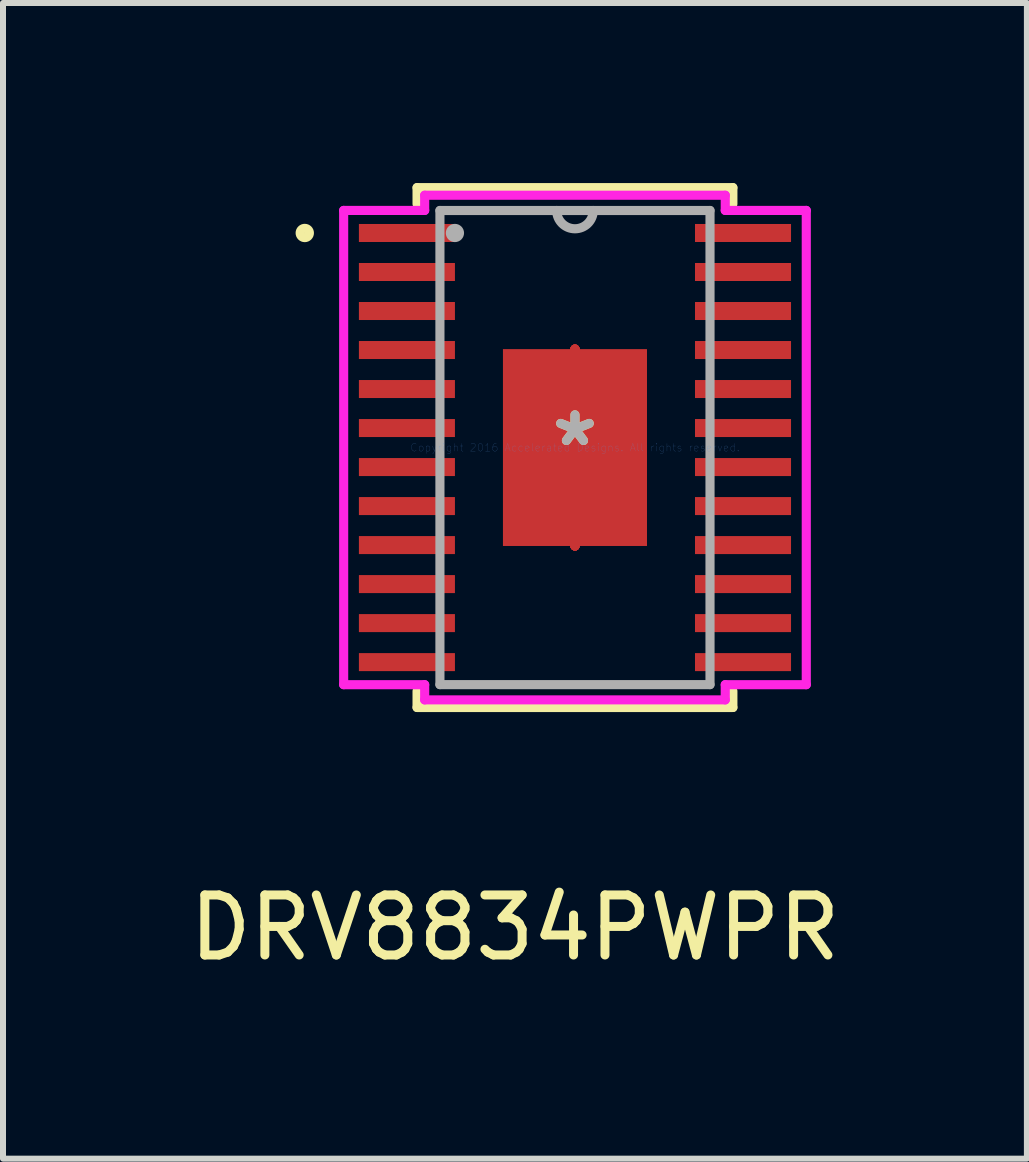
<source format=kicad_pcb>
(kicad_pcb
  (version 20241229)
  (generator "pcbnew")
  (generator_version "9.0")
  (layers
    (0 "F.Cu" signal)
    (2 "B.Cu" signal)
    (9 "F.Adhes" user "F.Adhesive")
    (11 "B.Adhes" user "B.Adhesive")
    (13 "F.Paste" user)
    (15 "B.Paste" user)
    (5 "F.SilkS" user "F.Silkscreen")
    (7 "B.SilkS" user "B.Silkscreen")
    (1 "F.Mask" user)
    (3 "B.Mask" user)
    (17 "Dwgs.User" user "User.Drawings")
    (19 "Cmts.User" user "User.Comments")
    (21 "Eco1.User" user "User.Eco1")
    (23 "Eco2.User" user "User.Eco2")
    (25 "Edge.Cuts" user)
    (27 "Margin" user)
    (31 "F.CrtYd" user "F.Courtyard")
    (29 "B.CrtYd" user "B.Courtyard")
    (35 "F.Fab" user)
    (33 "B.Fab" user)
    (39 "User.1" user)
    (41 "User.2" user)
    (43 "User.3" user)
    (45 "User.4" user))
  (footprint "DRV8834PWPR"
    (layer "F.Cu")
    (at 6.53 4.407)
    (property "Reference" "DRV8834PWPR" (at -1 8 0) (layer "F.SilkS") (effects (font (size 1 1) (thickness 0.15))))
    (attr through_hole)
    (fp_line (start 0 -1.64) (end 0 -1.64) (stroke (width 0.152) (type solid)) (layer "F.Cu"))
    (fp_line (start 0 -1.64) (end 0 -1.64) (stroke (width 0.152) (type solid)) (layer "F.Cu"))
    (fp_line (start 0 -1.64) (end 0 -1.64) (stroke (width 0.152) (type solid)) (layer "F.Cu"))
    (fp_line (start 0 -1.64) (end 0 -1.64) (stroke (width 0.152) (type solid)) (layer "F.Cu"))
    (fp_line (start 0 -1.64) (end 0 -1.64) (stroke (width 0.152) (type solid)) (layer "F.Cu"))
    (fp_line (start 0 -1.64) (end 0 -1.64) (stroke (width 0.152) (type solid)) (layer "F.Cu"))
    (fp_line (start 0 -1.64) (end 0 -1.64) (stroke (width 0.152) (type solid)) (layer "F.Cu"))
    (fp_line (start 0 -1.64) (end 0 -1.64) (stroke (width 0.152) (type solid)) (layer "F.Cu"))
    (fp_line (start 0 1.64) (end 0 1.64) (stroke (width 0.152) (type solid)) (layer "F.Cu"))
    (fp_line (start 0 1.64) (end 0 1.64) (stroke (width 0.152) (type solid)) (layer "F.Cu"))
    (fp_line (start 0 1.64) (end 0 1.64) (stroke (width 0.152) (type solid)) (layer "F.Cu"))
    (fp_line (start 0 1.64) (end 0 1.64) (stroke (width 0.152) (type solid)) (layer "F.Cu"))
    (fp_line (start 0 1.64) (end 0 1.64) (stroke (width 0.152) (type solid)) (layer "F.Cu"))
    (fp_line (start 0 1.64) (end 0 1.64) (stroke (width 0.152) (type solid)) (layer "F.Cu"))
    (fp_line (start 0 1.64) (end 0 1.64) (stroke (width 0.152) (type solid)) (layer "F.Cu"))
    (fp_line (start 0 1.64) (end 0 1.64) (stroke (width 0.152) (type solid)) (layer "F.Cu"))
    (fp_line (start -3.6 -3.725) (end -3.6 -3.425) (stroke (width 0.152) (type solid)) (layer "F.Mask"))
    (fp_line (start -3.6 -3.425) (end -2 -3.425) (stroke (width 0.152) (type solid)) (layer "F.Mask"))
    (fp_line (start -3.6 -3.075) (end -3.6 -2.775) (stroke (width 0.152) (type solid)) (layer "F.Mask"))
    (fp_line (start -3.6 -2.775) (end -2 -2.775) (stroke (width 0.152) (type solid)) (layer "F.Mask"))
    (fp_line (start -3.6 -2.425) (end -3.6 -2.125) (stroke (width 0.152) (type solid)) (layer "F.Mask"))
    (fp_line (start -3.6 -2.125) (end -2 -2.125) (stroke (width 0.152) (type solid)) (layer "F.Mask"))
    (fp_line (start -3.6 -1.775) (end -3.6 -1.475) (stroke (width 0.152) (type solid)) (layer "F.Mask"))
    (fp_line (start -3.6 -1.475) (end -2 -1.475) (stroke (width 0.152) (type solid)) (layer "F.Mask"))
    (fp_line (start -3.6 -1.125) (end -3.6 -0.825) (stroke (width 0.152) (type solid)) (layer "F.Mask"))
    (fp_line (start -3.6 -0.825) (end -2 -0.825) (stroke (width 0.152) (type solid)) (layer "F.Mask"))
    (fp_line (start -3.6 -0.475) (end -3.6 -0.175) (stroke (width 0.152) (type solid)) (layer "F.Mask"))
    (fp_line (start -3.6 -0.175) (end -2 -0.175) (stroke (width 0.152) (type solid)) (layer "F.Mask"))
    (fp_line (start -3.6 0.175) (end -3.6 0.475) (stroke (width 0.152) (type solid)) (layer "F.Mask"))
    (fp_line (start -3.6 0.475) (end -2 0.475) (stroke (width 0.152) (type solid)) (layer "F.Mask"))
    (fp_line (start -3.6 0.825) (end -3.6 1.125) (stroke (width 0.152) (type solid)) (layer "F.Mask"))
    (fp_line (start -3.6 1.125) (end -2 1.125) (stroke (width 0.152) (type solid)) (layer "F.Mask"))
    (fp_line (start -3.6 1.475) (end -3.6 1.775) (stroke (width 0.152) (type solid)) (layer "F.Mask"))
    (fp_line (start -3.6 1.775) (end -2 1.775) (stroke (width 0.152) (type solid)) (layer "F.Mask"))
    (fp_line (start -3.6 2.125) (end -3.6 2.425) (stroke (width 0.152) (type solid)) (layer "F.Mask"))
    (fp_line (start -3.6 2.425) (end -2 2.425) (stroke (width 0.152) (type solid)) (layer "F.Mask"))
    (fp_line (start -3.6 2.775) (end -3.6 3.075) (stroke (width 0.152) (type solid)) (layer "F.Mask"))
    (fp_line (start -3.6 3.075) (end -2 3.075) (stroke (width 0.152) (type solid)) (layer "F.Mask"))
    (fp_line (start -3.6 3.425) (end -3.6 3.725) (stroke (width 0.152) (type solid)) (layer "F.Mask"))
    (fp_line (start -3.6 3.725) (end -2 3.725) (stroke (width 0.152) (type solid)) (layer "F.Mask"))
    (fp_line (start -2 -3.725) (end -3.6 -3.725) (stroke (width 0.152) (type solid)) (layer "F.Mask"))
    (fp_line (start -2 -3.425) (end -2 -3.725) (stroke (width 0.152) (type solid)) (layer "F.Mask"))
    (fp_line (start -2 -3.075) (end -3.6 -3.075) (stroke (width 0.152) (type solid)) (layer "F.Mask"))
    (fp_line (start -2 -2.775) (end -2 -3.075) (stroke (width 0.152) (type solid)) (layer "F.Mask"))
    (fp_line (start -2 -2.425) (end -3.6 -2.425) (stroke (width 0.152) (type solid)) (layer "F.Mask"))
    (fp_line (start -2 -2.125) (end -2 -2.425) (stroke (width 0.152) (type solid)) (layer "F.Mask"))
    (fp_line (start -2 -1.775) (end -3.6 -1.775) (stroke (width 0.152) (type solid)) (layer "F.Mask"))
    (fp_line (start -2 -1.475) (end -2 -1.775) (stroke (width 0.152) (type solid)) (layer "F.Mask"))
    (fp_line (start -2 -1.125) (end -3.6 -1.125) (stroke (width 0.152) (type solid)) (layer "F.Mask"))
    (fp_line (start -2 -0.825) (end -2 -1.125) (stroke (width 0.152) (type solid)) (layer "F.Mask"))
    (fp_line (start -2 -0.475) (end -3.6 -0.475) (stroke (width 0.152) (type solid)) (layer "F.Mask"))
    (fp_line (start -2 -0.175) (end -2 -0.475) (stroke (width 0.152) (type solid)) (layer "F.Mask"))
    (fp_line (start -2 0.175) (end -3.6 0.175) (stroke (width 0.152) (type solid)) (layer "F.Mask"))
    (fp_line (start -2 0.475) (end -2 0.175) (stroke (width 0.152) (type solid)) (layer "F.Mask"))
    (fp_line (start -2 0.825) (end -3.6 0.825) (stroke (width 0.152) (type solid)) (layer "F.Mask"))
    (fp_line (start -2 1.125) (end -2 0.825) (stroke (width 0.152) (type solid)) (layer "F.Mask"))
    (fp_line (start -2 1.475) (end -3.6 1.475) (stroke (width 0.152) (type solid)) (layer "F.Mask"))
    (fp_line (start -2 1.775) (end -2 1.475) (stroke (width 0.152) (type solid)) (layer "F.Mask"))
    (fp_line (start -2 2.125) (end -3.6 2.125) (stroke (width 0.152) (type solid)) (layer "F.Mask"))
    (fp_line (start -2 2.425) (end -2 2.125) (stroke (width 0.152) (type solid)) (layer "F.Mask"))
    (fp_line (start -2 2.775) (end -3.6 2.775) (stroke (width 0.152) (type solid)) (layer "F.Mask"))
    (fp_line (start -2 3.075) (end -2 2.775) (stroke (width 0.152) (type solid)) (layer "F.Mask"))
    (fp_line (start -2 3.425) (end -3.6 3.425) (stroke (width 0.152) (type solid)) (layer "F.Mask"))
    (fp_line (start -2 3.725) (end -2 3.425) (stroke (width 0.152) (type solid)) (layer "F.Mask"))
    (fp_line (start 0 -1.64) (end 0 -1.64) (stroke (width 0.152) (type solid)) (layer "F.Mask"))
    (fp_line (start 0 -1.64) (end 0 -1.64) (stroke (width 0.152) (type solid)) (layer "F.Mask"))
    (fp_line (start 0 -1.64) (end 0 -1.64) (stroke (width 0.152) (type solid)) (layer "F.Mask"))
    (fp_line (start 0 -1.64) (end 0 -1.64) (stroke (width 0.152) (type solid)) (layer "F.Mask"))
    (fp_line (start 0 -1.64) (end 0 -1.64) (stroke (width 0.152) (type solid)) (layer "F.Mask"))
    (fp_line (start 0 -1.64) (end 0 -1.64) (stroke (width 0.152) (type solid)) (layer "F.Mask"))
    (fp_line (start 0 -1.64) (end 0 -1.64) (stroke (width 0.152) (type solid)) (layer "F.Mask"))
    (fp_line (start 0 -1.64) (end 0 -1.64) (stroke (width 0.152) (type solid)) (layer "F.Mask"))
    (fp_line (start 0 1.64) (end 0 1.64) (stroke (width 0.152) (type solid)) (layer "F.Mask"))
    (fp_line (start 0 1.64) (end 0 1.64) (stroke (width 0.152) (type solid)) (layer "F.Mask"))
    (fp_line (start 0 1.64) (end 0 1.64) (stroke (width 0.152) (type solid)) (layer "F.Mask"))
    (fp_line (start 0 1.64) (end 0 1.64) (stroke (width 0.152) (type solid)) (layer "F.Mask"))
    (fp_line (start 0 1.64) (end 0 1.64) (stroke (width 0.152) (type solid)) (layer "F.Mask"))
    (fp_line (start 0 1.64) (end 0 1.64) (stroke (width 0.152) (type solid)) (layer "F.Mask"))
    (fp_line (start 0 1.64) (end 0 1.64) (stroke (width 0.152) (type solid)) (layer "F.Mask"))
    (fp_line (start 0 1.64) (end 0 1.64) (stroke (width 0.152) (type solid)) (layer "F.Mask"))
    (fp_line (start 2 -3.725) (end 2 -3.425) (stroke (width 0.152) (type solid)) (layer "F.Mask"))
    (fp_line (start 2 -3.425) (end 3.6 -3.425) (stroke (width 0.152) (type solid)) (layer "F.Mask"))
    (fp_line (start 2 -3.075) (end 2 -2.775) (stroke (width 0.152) (type solid)) (layer "F.Mask"))
    (fp_line (start 2 -2.775) (end 3.6 -2.775) (stroke (width 0.152) (type solid)) (layer "F.Mask"))
    (fp_line (start 2 -2.425) (end 2 -2.125) (stroke (width 0.152) (type solid)) (layer "F.Mask"))
    (fp_line (start 2 -2.125) (end 3.6 -2.125) (stroke (width 0.152) (type solid)) (layer "F.Mask"))
    (fp_line (start 2 -1.775) (end 2 -1.475) (stroke (width 0.152) (type solid)) (layer "F.Mask"))
    (fp_line (start 2 -1.475) (end 3.6 -1.475) (stroke (width 0.152) (type solid)) (layer "F.Mask"))
    (fp_line (start 2 -1.125) (end 2 -0.825) (stroke (width 0.152) (type solid)) (layer "F.Mask"))
    (fp_line (start 2 -0.825) (end 3.6 -0.825) (stroke (width 0.152) (type solid)) (layer "F.Mask"))
    (fp_line (start 2 -0.475) (end 2 -0.175) (stroke (width 0.152) (type solid)) (layer "F.Mask"))
    (fp_line (start 2 -0.175) (end 3.6 -0.175) (stroke (width 0.152) (type solid)) (layer "F.Mask"))
    (fp_line (start 2 0.175) (end 2 0.475) (stroke (width 0.152) (type solid)) (layer "F.Mask"))
    (fp_line (start 2 0.475) (end 3.6 0.475) (stroke (width 0.152) (type solid)) (layer "F.Mask"))
    (fp_line (start 2 0.825) (end 2 1.125) (stroke (width 0.152) (type solid)) (layer "F.Mask"))
    (fp_line (start 2 1.125) (end 3.6 1.125) (stroke (width 0.152) (type solid)) (layer "F.Mask"))
    (fp_line (start 2 1.475) (end 2 1.775) (stroke (width 0.152) (type solid)) (layer "F.Mask"))
    (fp_line (start 2 1.775) (end 3.6 1.775) (stroke (width 0.152) (type solid)) (layer "F.Mask"))
    (fp_line (start 2 2.125) (end 2 2.425) (stroke (width 0.152) (type solid)) (layer "F.Mask"))
    (fp_line (start 2 2.425) (end 3.6 2.425) (stroke (width 0.152) (type solid)) (layer "F.Mask"))
    (fp_line (start 2 2.775) (end 2 3.075) (stroke (width 0.152) (type solid)) (layer "F.Mask"))
    (fp_line (start 2 3.075) (end 3.6 3.075) (stroke (width 0.152) (type solid)) (layer "F.Mask"))
    (fp_line (start 2 3.425) (end 2 3.725) (stroke (width 0.152) (type solid)) (layer "F.Mask"))
    (fp_line (start 2 3.725) (end 3.6 3.725) (stroke (width 0.152) (type solid)) (layer "F.Mask"))
    (fp_line (start 3.6 -3.725) (end 2 -3.725) (stroke (width 0.152) (type solid)) (layer "F.Mask"))
    (fp_line (start 3.6 -3.425) (end 3.6 -3.725) (stroke (width 0.152) (type solid)) (layer "F.Mask"))
    (fp_line (start 3.6 -3.075) (end 2 -3.075) (stroke (width 0.152) (type solid)) (layer "F.Mask"))
    (fp_line (start 3.6 -2.775) (end 3.6 -3.075) (stroke (width 0.152) (type solid)) (layer "F.Mask"))
    (fp_line (start 3.6 -2.425) (end 2 -2.425) (stroke (width 0.152) (type solid)) (layer "F.Mask"))
    (fp_line (start 3.6 -2.125) (end 3.6 -2.425) (stroke (width 0.152) (type solid)) (layer "F.Mask"))
    (fp_line (start 3.6 -1.775) (end 2 -1.775) (stroke (width 0.152) (type solid)) (layer "F.Mask"))
    (fp_line (start 3.6 -1.475) (end 3.6 -1.775) (stroke (width 0.152) (type solid)) (layer "F.Mask"))
    (fp_line (start 3.6 -1.125) (end 2 -1.125) (stroke (width 0.152) (type solid)) (layer "F.Mask"))
    (fp_line (start 3.6 -0.825) (end 3.6 -1.125) (stroke (width 0.152) (type solid)) (layer "F.Mask"))
    (fp_line (start 3.6 -0.475) (end 2 -0.475) (stroke (width 0.152) (type solid)) (layer "F.Mask"))
    (fp_line (start 3.6 -0.175) (end 3.6 -0.475) (stroke (width 0.152) (type solid)) (layer "F.Mask"))
    (fp_line (start 3.6 0.175) (end 2 0.175) (stroke (width 0.152) (type solid)) (layer "F.Mask"))
    (fp_line (start 3.6 0.475) (end 3.6 0.175) (stroke (width 0.152) (type solid)) (layer "F.Mask"))
    (fp_line (start 3.6 0.825) (end 2 0.825) (stroke (width 0.152) (type solid)) (layer "F.Mask"))
    (fp_line (start 3.6 1.125) (end 3.6 0.825) (stroke (width 0.152) (type solid)) (layer "F.Mask"))
    (fp_line (start 3.6 1.475) (end 2 1.475) (stroke (width 0.152) (type solid)) (layer "F.Mask"))
    (fp_line (start 3.6 1.775) (end 3.6 1.475) (stroke (width 0.152) (type solid)) (layer "F.Mask"))
    (fp_line (start 3.6 2.125) (end 2 2.125) (stroke (width 0.152) (type solid)) (layer "F.Mask"))
    (fp_line (start 3.6 2.425) (end 3.6 2.125) (stroke (width 0.152) (type solid)) (layer "F.Mask"))
    (fp_line (start 3.6 2.775) (end 2 2.775) (stroke (width 0.152) (type solid)) (layer "F.Mask"))
    (fp_line (start 3.6 3.075) (end 3.6 2.775) (stroke (width 0.152) (type solid)) (layer "F.Mask"))
    (fp_line (start 3.6 3.425) (end 2 3.425) (stroke (width 0.152) (type solid)) (layer "F.Mask"))
    (fp_line (start 3.6 3.725) (end 3.6 3.425) (stroke (width 0.152) (type solid)) (layer "F.Mask"))
    (fp_line (start -2.631 -4.331) (end -2.631 -4.058) (stroke (width 0.152) (type solid)) (layer "F.SilkS"))
    (fp_line (start -2.631 4.058) (end -2.631 4.331) (stroke (width 0.152) (type solid)) (layer "F.SilkS"))
    (fp_line (start -2.631 4.331) (end 2.631 4.331) (stroke (width 0.152) (type solid)) (layer "F.SilkS"))
    (fp_line (start 2.631 -4.331) (end -2.631 -4.331) (stroke (width 0.152) (type solid)) (layer "F.SilkS"))
    (fp_line (start 2.631 -4.058) (end 2.631 -4.331) (stroke (width 0.152) (type solid)) (layer "F.SilkS"))
    (fp_line (start 2.631 4.331) (end 2.631 4.058) (stroke (width 0.152) (type solid)) (layer "F.SilkS"))
    (fp_circle (center -4.502 -3.575) (end -4.425 -3.575) (stroke (width 0.152) (type solid)) (fill no) (layer "F.SilkS"))
    (fp_line (start -3.6 -3.725) (end -3.6 -3.425) (stroke (width 0.152) (type solid)) (layer "F.Paste"))
    (fp_line (start -3.6 -3.425) (end -2 -3.425) (stroke (width 0.152) (type solid)) (layer "F.Paste"))
    (fp_line (start -3.6 -3.075) (end -3.6 -2.775) (stroke (width 0.152) (type solid)) (layer "F.Paste"))
    (fp_line (start -3.6 -2.775) (end -2 -2.775) (stroke (width 0.152) (type solid)) (layer "F.Paste"))
    (fp_line (start -3.6 -2.425) (end -3.6 -2.125) (stroke (width 0.152) (type solid)) (layer "F.Paste"))
    (fp_line (start -3.6 -2.125) (end -2 -2.125) (stroke (width 0.152) (type solid)) (layer "F.Paste"))
    (fp_line (start -3.6 -1.775) (end -3.6 -1.475) (stroke (width 0.152) (type solid)) (layer "F.Paste"))
    (fp_line (start -3.6 -1.475) (end -2 -1.475) (stroke (width 0.152) (type solid)) (layer "F.Paste"))
    (fp_line (start -3.6 -1.125) (end -3.6 -0.825) (stroke (width 0.152) (type solid)) (layer "F.Paste"))
    (fp_line (start -3.6 -0.825) (end -2 -0.825) (stroke (width 0.152) (type solid)) (layer "F.Paste"))
    (fp_line (start -3.6 -0.475) (end -3.6 -0.175) (stroke (width 0.152) (type solid)) (layer "F.Paste"))
    (fp_line (start -3.6 -0.175) (end -2 -0.175) (stroke (width 0.152) (type solid)) (layer "F.Paste"))
    (fp_line (start -3.6 0.175) (end -3.6 0.475) (stroke (width 0.152) (type solid)) (layer "F.Paste"))
    (fp_line (start -3.6 0.475) (end -2 0.475) (stroke (width 0.152) (type solid)) (layer "F.Paste"))
    (fp_line (start -3.6 0.825) (end -3.6 1.125) (stroke (width 0.152) (type solid)) (layer "F.Paste"))
    (fp_line (start -3.6 1.125) (end -2 1.125) (stroke (width 0.152) (type solid)) (layer "F.Paste"))
    (fp_line (start -3.6 1.475) (end -3.6 1.775) (stroke (width 0.152) (type solid)) (layer "F.Paste"))
    (fp_line (start -3.6 1.775) (end -2 1.775) (stroke (width 0.152) (type solid)) (layer "F.Paste"))
    (fp_line (start -3.6 2.125) (end -3.6 2.425) (stroke (width 0.152) (type solid)) (layer "F.Paste"))
    (fp_line (start -3.6 2.425) (end -2 2.425) (stroke (width 0.152) (type solid)) (layer "F.Paste"))
    (fp_line (start -3.6 2.775) (end -3.6 3.075) (stroke (width 0.152) (type solid)) (layer "F.Paste"))
    (fp_line (start -3.6 3.075) (end -2 3.075) (stroke (width 0.152) (type solid)) (layer "F.Paste"))
    (fp_line (start -3.6 3.425) (end -3.6 3.725) (stroke (width 0.152) (type solid)) (layer "F.Paste"))
    (fp_line (start -3.6 3.725) (end -2 3.725) (stroke (width 0.152) (type solid)) (layer "F.Paste"))
    (fp_line (start -2 -3.725) (end -3.6 -3.725) (stroke (width 0.152) (type solid)) (layer "F.Paste"))
    (fp_line (start -2 -3.425) (end -2 -3.725) (stroke (width 0.152) (type solid)) (layer "F.Paste"))
    (fp_line (start -2 -3.075) (end -3.6 -3.075) (stroke (width 0.152) (type solid)) (layer "F.Paste"))
    (fp_line (start -2 -2.775) (end -2 -3.075) (stroke (width 0.152) (type solid)) (layer "F.Paste"))
    (fp_line (start -2 -2.425) (end -3.6 -2.425) (stroke (width 0.152) (type solid)) (layer "F.Paste"))
    (fp_line (start -2 -2.125) (end -2 -2.425) (stroke (width 0.152) (type solid)) (layer "F.Paste"))
    (fp_line (start -2 -1.775) (end -3.6 -1.775) (stroke (width 0.152) (type solid)) (layer "F.Paste"))
    (fp_line (start -2 -1.475) (end -2 -1.775) (stroke (width 0.152) (type solid)) (layer "F.Paste"))
    (fp_line (start -2 -1.125) (end -3.6 -1.125) (stroke (width 0.152) (type solid)) (layer "F.Paste"))
    (fp_line (start -2 -0.825) (end -2 -1.125) (stroke (width 0.152) (type solid)) (layer "F.Paste"))
    (fp_line (start -2 -0.475) (end -3.6 -0.475) (stroke (width 0.152) (type solid)) (layer "F.Paste"))
    (fp_line (start -2 -0.175) (end -2 -0.475) (stroke (width 0.152) (type solid)) (layer "F.Paste"))
    (fp_line (start -2 0.175) (end -3.6 0.175) (stroke (width 0.152) (type solid)) (layer "F.Paste"))
    (fp_line (start -2 0.475) (end -2 0.175) (stroke (width 0.152) (type solid)) (layer "F.Paste"))
    (fp_line (start -2 0.825) (end -3.6 0.825) (stroke (width 0.152) (type solid)) (layer "F.Paste"))
    (fp_line (start -2 1.125) (end -2 0.825) (stroke (width 0.152) (type solid)) (layer "F.Paste"))
    (fp_line (start -2 1.475) (end -3.6 1.475) (stroke (width 0.152) (type solid)) (layer "F.Paste"))
    (fp_line (start -2 1.775) (end -2 1.475) (stroke (width 0.152) (type solid)) (layer "F.Paste"))
    (fp_line (start -2 2.125) (end -3.6 2.125) (stroke (width 0.152) (type solid)) (layer "F.Paste"))
    (fp_line (start -2 2.425) (end -2 2.125) (stroke (width 0.152) (type solid)) (layer "F.Paste"))
    (fp_line (start -2 2.775) (end -3.6 2.775) (stroke (width 0.152) (type solid)) (layer "F.Paste"))
    (fp_line (start -2 3.075) (end -2 2.775) (stroke (width 0.152) (type solid)) (layer "F.Paste"))
    (fp_line (start -2 3.425) (end -3.6 3.425) (stroke (width 0.152) (type solid)) (layer "F.Paste"))
    (fp_line (start -2 3.725) (end -2 3.425) (stroke (width 0.152) (type solid)) (layer "F.Paste"))
    (fp_line (start -1.1 -1.54) (end -1.1 -0.1) (stroke (width 0.152) (type solid)) (layer "F.Paste"))
    (fp_line (start -1.1 -0.1) (end 1.1 -0.1) (stroke (width 0.152) (type solid)) (layer "F.Paste"))
    (fp_line (start -1.1 0.1) (end -1.1 1.54) (stroke (width 0.152) (type solid)) (layer "F.Paste"))
    (fp_line (start -1.1 1.54) (end 1.1 1.54) (stroke (width 0.152) (type solid)) (layer "F.Paste"))
    (fp_line (start 1.1 -1.54) (end -1.1 -1.54) (stroke (width 0.152) (type solid)) (layer "F.Paste"))
    (fp_line (start 1.1 -0.1) (end 1.1 -1.54) (stroke (width 0.152) (type solid)) (layer "F.Paste"))
    (fp_line (start 1.1 0.1) (end -1.1 0.1) (stroke (width 0.152) (type solid)) (layer "F.Paste"))
    (fp_line (start 1.1 1.54) (end 1.1 0.1) (stroke (width 0.152) (type solid)) (layer "F.Paste"))
    (fp_line (start 2 -3.725) (end 2 -3.425) (stroke (width 0.152) (type solid)) (layer "F.Paste"))
    (fp_line (start 2 -3.425) (end 3.6 -3.425) (stroke (width 0.152) (type solid)) (layer "F.Paste"))
    (fp_line (start 2 -3.075) (end 2 -2.775) (stroke (width 0.152) (type solid)) (layer "F.Paste"))
    (fp_line (start 2 -2.775) (end 3.6 -2.775) (stroke (width 0.152) (type solid)) (layer "F.Paste"))
    (fp_line (start 2 -2.425) (end 2 -2.125) (stroke (width 0.152) (type solid)) (layer "F.Paste"))
    (fp_line (start 2 -2.125) (end 3.6 -2.125) (stroke (width 0.152) (type solid)) (layer "F.Paste"))
    (fp_line (start 2 -1.775) (end 2 -1.475) (stroke (width 0.152) (type solid)) (layer "F.Paste"))
    (fp_line (start 2 -1.475) (end 3.6 -1.475) (stroke (width 0.152) (type solid)) (layer "F.Paste"))
    (fp_line (start 2 -1.125) (end 2 -0.825) (stroke (width 0.152) (type solid)) (layer "F.Paste"))
    (fp_line (start 2 -0.825) (end 3.6 -0.825) (stroke (width 0.152) (type solid)) (layer "F.Paste"))
    (fp_line (start 2 -0.475) (end 2 -0.175) (stroke (width 0.152) (type solid)) (layer "F.Paste"))
    (fp_line (start 2 -0.175) (end 3.6 -0.175) (stroke (width 0.152) (type solid)) (layer "F.Paste"))
    (fp_line (start 2 0.175) (end 2 0.475) (stroke (width 0.152) (type solid)) (layer "F.Paste"))
    (fp_line (start 2 0.475) (end 3.6 0.475) (stroke (width 0.152) (type solid)) (layer "F.Paste"))
    (fp_line (start 2 0.825) (end 2 1.125) (stroke (width 0.152) (type solid)) (layer "F.Paste"))
    (fp_line (start 2 1.125) (end 3.6 1.125) (stroke (width 0.152) (type solid)) (layer "F.Paste"))
    (fp_line (start 2 1.475) (end 2 1.775) (stroke (width 0.152) (type solid)) (layer "F.Paste"))
    (fp_line (start 2 1.775) (end 3.6 1.775) (stroke (width 0.152) (type solid)) (layer "F.Paste"))
    (fp_line (start 2 2.125) (end 2 2.425) (stroke (width 0.152) (type solid)) (layer "F.Paste"))
    (fp_line (start 2 2.425) (end 3.6 2.425) (stroke (width 0.152) (type solid)) (layer "F.Paste"))
    (fp_line (start 2 2.775) (end 2 3.075) (stroke (width 0.152) (type solid)) (layer "F.Paste"))
    (fp_line (start 2 3.075) (end 3.6 3.075) (stroke (width 0.152) (type solid)) (layer "F.Paste"))
    (fp_line (start 2 3.425) (end 2 3.725) (stroke (width 0.152) (type solid)) (layer "F.Paste"))
    (fp_line (start 2 3.725) (end 3.6 3.725) (stroke (width 0.152) (type solid)) (layer "F.Paste"))
    (fp_line (start 3.6 -3.725) (end 2 -3.725) (stroke (width 0.152) (type solid)) (layer "F.Paste"))
    (fp_line (start 3.6 -3.425) (end 3.6 -3.725) (stroke (width 0.152) (type solid)) (layer "F.Paste"))
    (fp_line (start 3.6 -3.075) (end 2 -3.075) (stroke (width 0.152) (type solid)) (layer "F.Paste"))
    (fp_line (start 3.6 -2.775) (end 3.6 -3.075) (stroke (width 0.152) (type solid)) (layer "F.Paste"))
    (fp_line (start 3.6 -2.425) (end 2 -2.425) (stroke (width 0.152) (type solid)) (layer "F.Paste"))
    (fp_line (start 3.6 -2.125) (end 3.6 -2.425) (stroke (width 0.152) (type solid)) (layer "F.Paste"))
    (fp_line (start 3.6 -1.775) (end 2 -1.775) (stroke (width 0.152) (type solid)) (layer "F.Paste"))
    (fp_line (start 3.6 -1.475) (end 3.6 -1.775) (stroke (width 0.152) (type solid)) (layer "F.Paste"))
    (fp_line (start 3.6 -1.125) (end 2 -1.125) (stroke (width 0.152) (type solid)) (layer "F.Paste"))
    (fp_line (start 3.6 -0.825) (end 3.6 -1.125) (stroke (width 0.152) (type solid)) (layer "F.Paste"))
    (fp_line (start 3.6 -0.475) (end 2 -0.475) (stroke (width 0.152) (type solid)) (layer "F.Paste"))
    (fp_line (start 3.6 -0.175) (end 3.6 -0.475) (stroke (width 0.152) (type solid)) (layer "F.Paste"))
    (fp_line (start 3.6 0.175) (end 2 0.175) (stroke (width 0.152) (type solid)) (layer "F.Paste"))
    (fp_line (start 3.6 0.475) (end 3.6 0.175) (stroke (width 0.152) (type solid)) (layer "F.Paste"))
    (fp_line (start 3.6 0.825) (end 2 0.825) (stroke (width 0.152) (type solid)) (layer "F.Paste"))
    (fp_line (start 3.6 1.125) (end 3.6 0.825) (stroke (width 0.152) (type solid)) (layer "F.Paste"))
    (fp_line (start 3.6 1.475) (end 2 1.475) (stroke (width 0.152) (type solid)) (layer "F.Paste"))
    (fp_line (start 3.6 1.775) (end 3.6 1.475) (stroke (width 0.152) (type solid)) (layer "F.Paste"))
    (fp_line (start 3.6 2.125) (end 2 2.125) (stroke (width 0.152) (type solid)) (layer "F.Paste"))
    (fp_line (start 3.6 2.425) (end 3.6 2.125) (stroke (width 0.152) (type solid)) (layer "F.Paste"))
    (fp_line (start 3.6 2.775) (end 2 2.775) (stroke (width 0.152) (type solid)) (layer "F.Paste"))
    (fp_line (start 3.6 3.075) (end 3.6 2.775) (stroke (width 0.152) (type solid)) (layer "F.Paste"))
    (fp_line (start 3.6 3.425) (end 2 3.425) (stroke (width 0.152) (type solid)) (layer "F.Paste"))
    (fp_line (start 3.6 3.725) (end 3.6 3.425) (stroke (width 0.152) (type solid)) (layer "F.Paste"))
    (fp_line (start -3.854 -3.951) (end -2.504 -3.951) (stroke (width 0.152) (type solid)) (layer "F.CrtYd"))
    (fp_line (start -3.854 3.951) (end -3.854 -3.951) (stroke (width 0.152) (type solid)) (layer "F.CrtYd"))
    (fp_line (start -2.504 -4.204) (end 2.504 -4.204) (stroke (width 0.152) (type solid)) (layer "F.CrtYd"))
    (fp_line (start -2.504 -3.951) (end -2.504 -4.204) (stroke (width 0.152) (type solid)) (layer "F.CrtYd"))
    (fp_line (start -2.504 3.951) (end -3.854 3.951) (stroke (width 0.152) (type solid)) (layer "F.CrtYd"))
    (fp_line (start -2.504 4.204) (end -2.504 3.951) (stroke (width 0.152) (type solid)) (layer "F.CrtYd"))
    (fp_line (start 2.504 -4.204) (end 2.504 -3.951) (stroke (width 0.152) (type solid)) (layer "F.CrtYd"))
    (fp_line (start 2.504 -3.951) (end 3.854 -3.951) (stroke (width 0.152) (type solid)) (layer "F.CrtYd"))
    (fp_line (start 2.504 3.951) (end 2.504 4.204) (stroke (width 0.152) (type solid)) (layer "F.CrtYd"))
    (fp_line (start 2.504 4.204) (end -2.504 4.204) (stroke (width 0.152) (type solid)) (layer "F.CrtYd"))
    (fp_line (start 3.854 -3.951) (end 3.854 3.951) (stroke (width 0.152) (type solid)) (layer "F.CrtYd"))
    (fp_line (start 3.854 3.951) (end 2.504 3.951) (stroke (width 0.152) (type solid)) (layer "F.CrtYd"))
    (fp_line (start -2.25 -3.95) (end -2.25 3.95) (stroke (width 0.152) (type solid)) (layer "F.Fab"))
    (fp_line (start -2.25 3.95) (end 2.25 3.95) (stroke (width 0.152) (type solid)) (layer "F.Fab"))
    (fp_line (start 2.25 -3.95) (end -2.25 -3.95) (stroke (width 0.152) (type solid)) (layer "F.Fab"))
    (fp_line (start 2.25 3.95) (end 2.25 -3.95) (stroke (width 0.152) (type solid)) (layer "F.Fab"))
    (fp_arc (start 0.3048 -3.95) (mid 0 -3.6452) (end -0.3048 -3.95) (stroke (width 0.1524) (type solid)) (layer "F.Fab"))
    (fp_circle (center -2 -3.575) (end -1.924 -3.575) (stroke (width 0.152) (type solid)) (fill no) (layer "F.Fab"))
    (fp_text user "*" (at 0 0 0) (layer "F.SilkS") (effects (font (size 1 1) (thickness 0.15))))
    (fp_text user "Copyright 2016 Accelerated Designs. All rights reserved." (at 0 0 0) (layer "Cmts.User") (effects (font (size 0.127 0.127) (thickness 0.002))))
    (fp_text user "*" (at 0 0 0) (layer "F.Fab") (effects (font (size 1 1) (thickness 0.15))))
    (pad "1" smd rect (at -2.8 -3.575) (size 1.6 0.3) (layers "F.Cu" "F.Mask" "F.Paste"))
    (pad "2" smd rect (at -2.8 -2.925) (size 1.6 0.3) (layers "F.Cu" "F.Mask" "F.Paste"))
    (pad "3" smd rect (at -2.8 -2.275) (size 1.6 0.3) (layers "F.Cu" "F.Mask" "F.Paste"))
    (pad "4" smd rect (at -2.8 -1.625) (size 1.6 0.3) (layers "F.Cu" "F.Mask" "F.Paste"))
    (pad "5" smd rect (at -2.8 -0.975) (size 1.6 0.3) (layers "F.Cu" "F.Mask" "F.Paste"))
    (pad "6" smd rect (at -2.8 -0.325) (size 1.6 0.3) (layers "F.Cu" "F.Mask" "F.Paste"))
    (pad "7" smd rect (at -2.8 0.325) (size 1.6 0.3) (layers "F.Cu" "F.Mask" "F.Paste"))
    (pad "8" smd rect (at -2.8 0.975) (size 1.6 0.3) (layers "F.Cu" "F.Mask" "F.Paste"))
    (pad "9" smd rect (at -2.8 1.625) (size 1.6 0.3) (layers "F.Cu" "F.Mask" "F.Paste"))
    (pad "10" smd rect (at -2.8 2.275) (size 1.6 0.3) (layers "F.Cu" "F.Mask" "F.Paste"))
    (pad "11" smd rect (at -2.8 2.925) (size 1.6 0.3) (layers "F.Cu" "F.Mask" "F.Paste"))
    (pad "12" smd rect (at -2.8 3.575) (size 1.6 0.3) (layers "F.Cu" "F.Mask" "F.Paste"))
    (pad "13" smd rect (at 2.8 3.575) (size 1.6 0.3) (layers "F.Cu" "F.Mask" "F.Paste"))
    (pad "14" smd rect (at 2.8 2.925) (size 1.6 0.3) (layers "F.Cu" "F.Mask" "F.Paste"))
    (pad "15" smd rect (at 2.8 2.275) (size 1.6 0.3) (layers "F.Cu" "F.Mask" "F.Paste"))
    (pad "16" smd rect (at 2.8 1.625) (size 1.6 0.3) (layers "F.Cu" "F.Mask" "F.Paste"))
    (pad "17" smd rect (at 2.8 0.975) (size 1.6 0.3) (layers "F.Cu" "F.Mask" "F.Paste"))
    (pad "18" smd rect (at 2.8 0.325) (size 1.6 0.3) (layers "F.Cu" "F.Mask" "F.Paste"))
    (pad "19" smd rect (at 2.8 -0.325) (size 1.6 0.3) (layers "F.Cu" "F.Mask" "F.Paste"))
    (pad "20" smd rect (at 2.8 -0.975) (size 1.6 0.3) (layers "F.Cu" "F.Mask" "F.Paste"))
    (pad "21" smd rect (at 2.8 -1.625) (size 1.6 0.3) (layers "F.Cu" "F.Mask" "F.Paste"))
    (pad "22" smd rect (at 2.8 -2.275) (size 1.6 0.3) (layers "F.Cu" "F.Mask" "F.Paste"))
    (pad "23" smd rect (at 2.8 -2.925) (size 1.6 0.3) (layers "F.Cu" "F.Mask" "F.Paste"))
    (pad "24" smd rect (at 2.8 -3.575) (size 1.6 0.3) (layers "F.Cu" "F.Mask" "F.Paste"))
    (pad "25" smd rect (at 0 0) (size 2.4 3.28) (layers "F.Cu" "F.Mask" "F.Paste")))
  (gr_rect
    (start -3 -3)
    (end 14.06 16.255)
    (stroke (width 0.1) (type default))
    (fill no)
    (layer "Edge.Cuts")))
</source>
